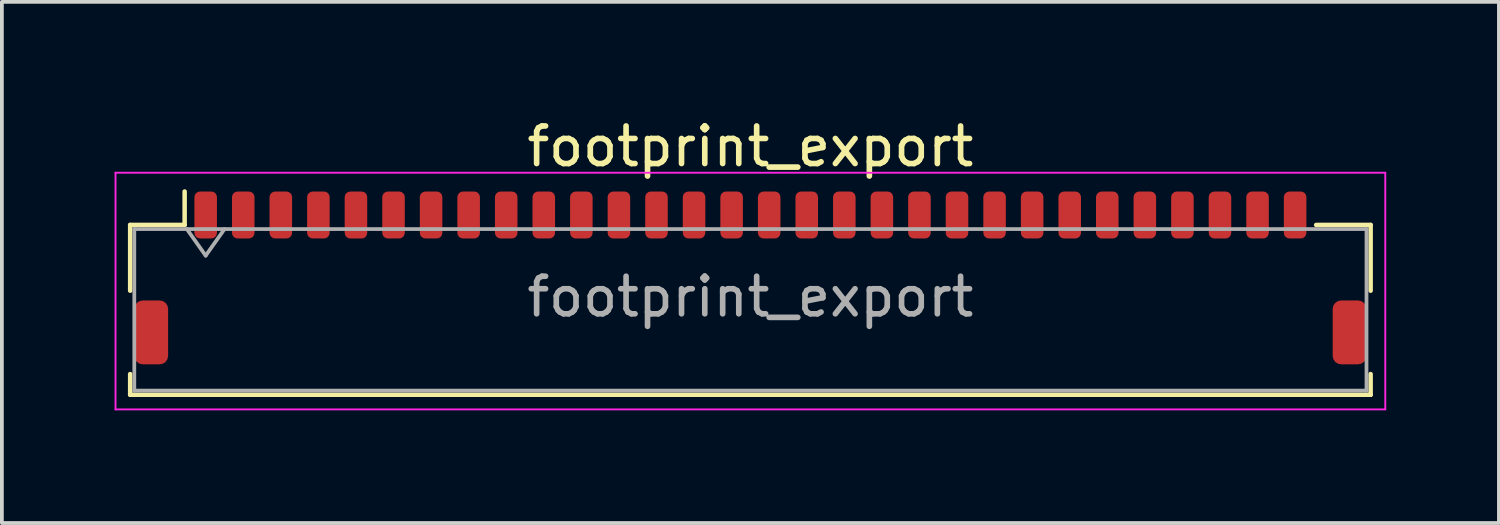
<source format=kicad_pcb>
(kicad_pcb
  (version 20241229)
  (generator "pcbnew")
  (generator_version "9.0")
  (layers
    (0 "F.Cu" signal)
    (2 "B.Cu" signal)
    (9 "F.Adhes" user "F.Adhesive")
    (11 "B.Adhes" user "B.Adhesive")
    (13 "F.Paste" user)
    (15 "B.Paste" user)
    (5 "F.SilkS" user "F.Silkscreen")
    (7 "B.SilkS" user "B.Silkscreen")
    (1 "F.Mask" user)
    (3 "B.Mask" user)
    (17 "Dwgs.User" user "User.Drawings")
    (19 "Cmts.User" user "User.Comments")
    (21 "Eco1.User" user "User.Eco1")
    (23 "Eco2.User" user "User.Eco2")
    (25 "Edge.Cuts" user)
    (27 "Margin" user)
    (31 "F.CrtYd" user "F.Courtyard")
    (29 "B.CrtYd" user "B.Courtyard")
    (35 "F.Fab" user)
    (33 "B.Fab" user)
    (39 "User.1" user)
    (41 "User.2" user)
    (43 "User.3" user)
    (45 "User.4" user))
  (footprint "footprint_export"
    (layer "F.Cu")
    (at 16.925 4.348)
    (property "Reference" "footprint_export" (at 0 -3.5 0) (layer "F.SilkS") (effects (font (size 1 1) (thickness 0.15))))
    (attr smd)
    (fp_line (start -16.51 -1.41) (end -15.06 -1.41) (stroke (width 0.12) (type solid)) (layer "F.SilkS"))
    (fp_line (start -16.51 0.34) (end -16.51 -1.41) (stroke (width 0.12) (type solid)) (layer "F.SilkS"))
    (fp_line (start -16.51 2.56) (end -16.51 3.11) (stroke (width 0.12) (type solid)) (layer "F.SilkS"))
    (fp_line (start -16.51 3.11) (end 16.51 3.11) (stroke (width 0.12) (type solid)) (layer "F.SilkS"))
    (fp_line (start -15.06 -1.41) (end -15.06 -2.3) (stroke (width 0.12) (type solid)) (layer "F.SilkS"))
    (fp_line (start 16.51 -1.41) (end 15.06 -1.41) (stroke (width 0.12) (type solid)) (layer "F.SilkS"))
    (fp_line (start 16.51 0.34) (end 16.51 -1.41) (stroke (width 0.12) (type solid)) (layer "F.SilkS"))
    (fp_line (start 16.51 3.11) (end 16.51 2.56) (stroke (width 0.12) (type solid)) (layer "F.SilkS"))
    (fp_line (start -16.9 -2.8) (end -16.9 3.5) (stroke (width 0.05) (type solid)) (layer "F.CrtYd"))
    (fp_line (start -16.9 3.5) (end 16.9 3.5) (stroke (width 0.05) (type solid)) (layer "F.CrtYd"))
    (fp_line (start 16.9 -2.8) (end -16.9 -2.8) (stroke (width 0.05) (type solid)) (layer "F.CrtYd"))
    (fp_line (start 16.9 3.5) (end 16.9 -2.8) (stroke (width 0.05) (type solid)) (layer "F.CrtYd"))
    (fp_line (start -16.4 -1.3) (end -16.4 3) (stroke (width 0.1) (type solid)) (layer "F.Fab"))
    (fp_line (start -16.4 -1.3) (end 16.4 -1.3) (stroke (width 0.1) (type solid)) (layer "F.Fab"))
    (fp_line (start -16.4 3) (end 16.4 3) (stroke (width 0.1) (type solid)) (layer "F.Fab"))
    (fp_line (start -15 -1.3) (end -14.5 -0.593) (stroke (width 0.1) (type solid)) (layer "F.Fab"))
    (fp_line (start -14.5 -0.593) (end -14 -1.3) (stroke (width 0.1) (type solid)) (layer "F.Fab"))
    (fp_line (start 16.4 -1.3) (end 16.4 3) (stroke (width 0.1) (type solid)) (layer "F.Fab"))
    (fp_text user "${REFERENCE}" (at 0 0.5 0) (layer "F.Fab") (effects (font (size 1 1) (thickness 0.15))))
    (pad "1" smd roundrect (at -14.5 -1.675) (size 0.6 1.25) (layers "F.Cu" "F.Mask" "F.Paste") (roundrect_rratio 0.25))
    (pad "2" smd roundrect (at -13.5 -1.675) (size 0.6 1.25) (layers "F.Cu" "F.Mask" "F.Paste") (roundrect_rratio 0.25))
    (pad "3" smd roundrect (at -12.5 -1.675) (size 0.6 1.25) (layers "F.Cu" "F.Mask" "F.Paste") (roundrect_rratio 0.25))
    (pad "4" smd roundrect (at -11.5 -1.675) (size 0.6 1.25) (layers "F.Cu" "F.Mask" "F.Paste") (roundrect_rratio 0.25))
    (pad "5" smd roundrect (at -10.5 -1.675) (size 0.6 1.25) (layers "F.Cu" "F.Mask" "F.Paste") (roundrect_rratio 0.25))
    (pad "6" smd roundrect (at -9.5 -1.675) (size 0.6 1.25) (layers "F.Cu" "F.Mask" "F.Paste") (roundrect_rratio 0.25))
    (pad "7" smd roundrect (at -8.5 -1.675) (size 0.6 1.25) (layers "F.Cu" "F.Mask" "F.Paste") (roundrect_rratio 0.25))
    (pad "8" smd roundrect (at -7.5 -1.675) (size 0.6 1.25) (layers "F.Cu" "F.Mask" "F.Paste") (roundrect_rratio 0.25))
    (pad "9" smd roundrect (at -6.5 -1.675) (size 0.6 1.25) (layers "F.Cu" "F.Mask" "F.Paste") (roundrect_rratio 0.25))
    (pad "10" smd roundrect (at -5.5 -1.675) (size 0.6 1.25) (layers "F.Cu" "F.Mask" "F.Paste") (roundrect_rratio 0.25))
    (pad "11" smd roundrect (at -4.5 -1.675) (size 0.6 1.25) (layers "F.Cu" "F.Mask" "F.Paste") (roundrect_rratio 0.25))
    (pad "12" smd roundrect (at -3.5 -1.675) (size 0.6 1.25) (layers "F.Cu" "F.Mask" "F.Paste") (roundrect_rratio 0.25))
    (pad "13" smd roundrect (at -2.5 -1.675) (size 0.6 1.25) (layers "F.Cu" "F.Mask" "F.Paste") (roundrect_rratio 0.25))
    (pad "14" smd roundrect (at -1.5 -1.675) (size 0.6 1.25) (layers "F.Cu" "F.Mask" "F.Paste") (roundrect_rratio 0.25))
    (pad "15" smd roundrect (at -0.5 -1.675) (size 0.6 1.25) (layers "F.Cu" "F.Mask" "F.Paste") (roundrect_rratio 0.25))
    (pad "16" smd roundrect (at 0.5 -1.675) (size 0.6 1.25) (layers "F.Cu" "F.Mask" "F.Paste") (roundrect_rratio 0.25))
    (pad "17" smd roundrect (at 1.5 -1.675) (size 0.6 1.25) (layers "F.Cu" "F.Mask" "F.Paste") (roundrect_rratio 0.25))
    (pad "18" smd roundrect (at 2.5 -1.675) (size 0.6 1.25) (layers "F.Cu" "F.Mask" "F.Paste") (roundrect_rratio 0.25))
    (pad "19" smd roundrect (at 3.5 -1.675) (size 0.6 1.25) (layers "F.Cu" "F.Mask" "F.Paste") (roundrect_rratio 0.25))
    (pad "20" smd roundrect (at 4.5 -1.675) (size 0.6 1.25) (layers "F.Cu" "F.Mask" "F.Paste") (roundrect_rratio 0.25))
    (pad "21" smd roundrect (at 5.5 -1.675) (size 0.6 1.25) (layers "F.Cu" "F.Mask" "F.Paste") (roundrect_rratio 0.25))
    (pad "22" smd roundrect (at 6.5 -1.675) (size 0.6 1.25) (layers "F.Cu" "F.Mask" "F.Paste") (roundrect_rratio 0.25))
    (pad "23" smd roundrect (at 7.5 -1.675) (size 0.6 1.25) (layers "F.Cu" "F.Mask" "F.Paste") (roundrect_rratio 0.25))
    (pad "24" smd roundrect (at 8.5 -1.675) (size 0.6 1.25) (layers "F.Cu" "F.Mask" "F.Paste") (roundrect_rratio 0.25))
    (pad "25" smd roundrect (at 9.5 -1.675) (size 0.6 1.25) (layers "F.Cu" "F.Mask" "F.Paste") (roundrect_rratio 0.25))
    (pad "26" smd roundrect (at 10.5 -1.675) (size 0.6 1.25) (layers "F.Cu" "F.Mask" "F.Paste") (roundrect_rratio 0.25))
    (pad "27" smd roundrect (at 11.5 -1.675) (size 0.6 1.25) (layers "F.Cu" "F.Mask" "F.Paste") (roundrect_rratio 0.25))
    (pad "28" smd roundrect (at 12.5 -1.675) (size 0.6 1.25) (layers "F.Cu" "F.Mask" "F.Paste") (roundrect_rratio 0.25))
    (pad "29" smd roundrect (at 13.5 -1.675) (size 0.6 1.25) (layers "F.Cu" "F.Mask" "F.Paste") (roundrect_rratio 0.25))
    (pad "30" smd roundrect (at 14.5 -1.675) (size 0.6 1.25) (layers "F.Cu" "F.Mask" "F.Paste") (roundrect_rratio 0.25))
    (pad "MP" smd roundrect (at -15.95 1.45) (size 0.9 1.7) (layers "F.Cu" "F.Mask" "F.Paste") (roundrect_rratio 0.25))
    (pad "MP" smd roundrect (at 15.95 1.45) (size 0.9 1.7) (layers "F.Cu" "F.Mask" "F.Paste") (roundrect_rratio 0.25)))
  (gr_rect
    (start -3 -3)
    (end 36.85 10.873)
    (stroke (width 0.1) (type default))
    (fill no)
    (layer "Edge.Cuts")))
</source>
